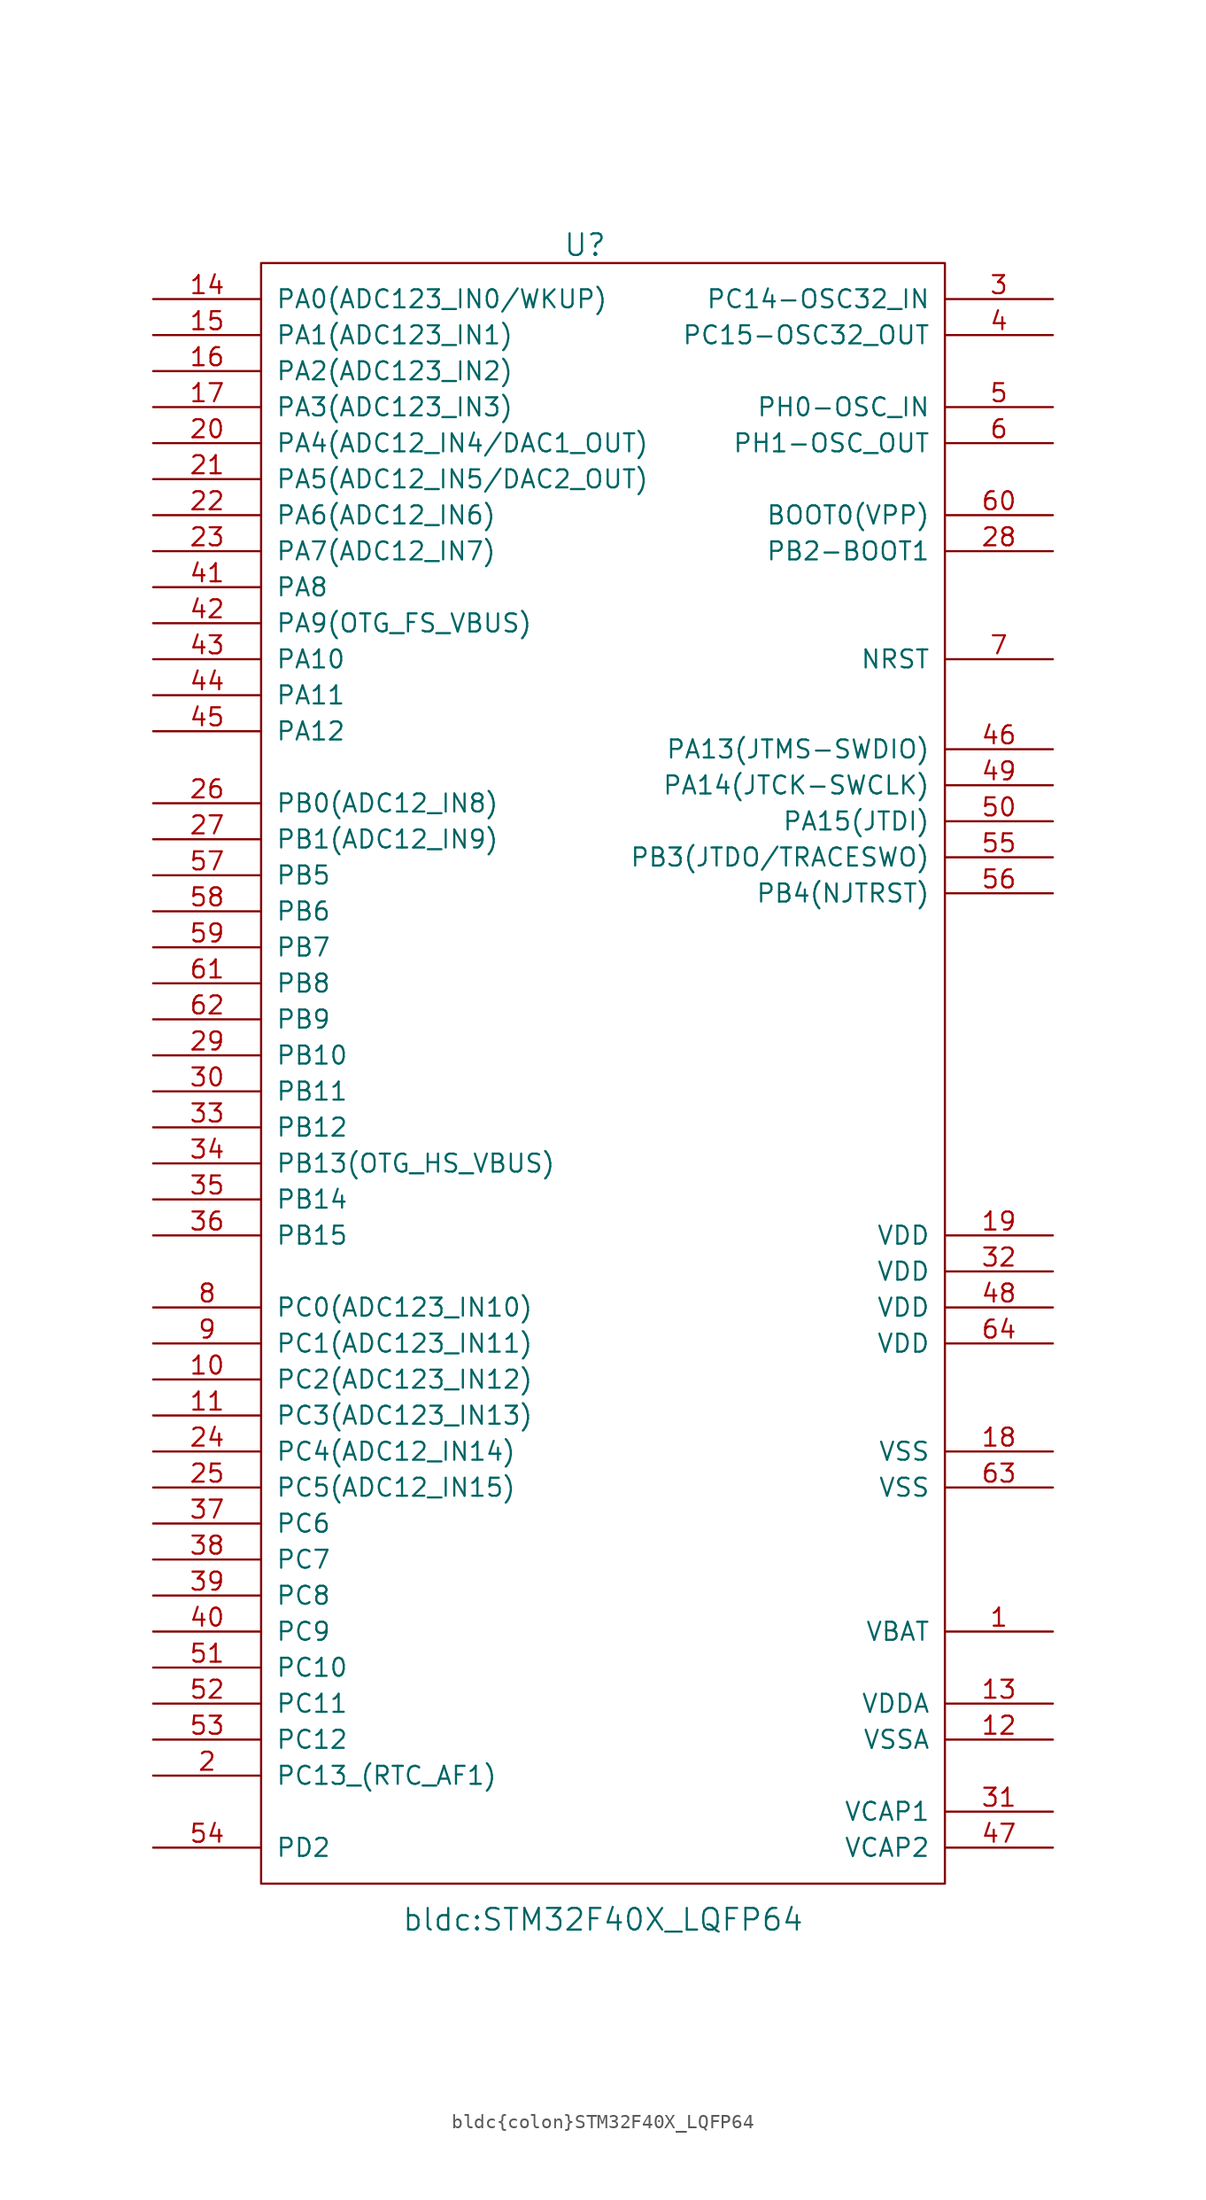
<source format=kicad_sym>
(kicad_symbol_lib
  (version 20231120)
  (generator "kicad_symbol_editor")
  (generator_version "8.0")
  (symbol "bldc{colon}STM32F40X_LQFP64"
    (pin_names
      (offset 1.016))
    (property "Reference" "U"
      (at -1.27 58.42 0)
      (effects (font (size 1.524 1.524))))
    (property "Value" "bldc:STM32F40X_LQFP64"
      (at 0 -59.69 0)
      (effects (font (size 1.524 1.524))))
    (property "Footprint" ""
      (at 0 0 0)
      (effects (font (size 1.524 1.524))))
    (property "Datasheet" ""
      (at 0 0 0)
      (effects (font (size 1.524 1.524))))
    (symbol "bldc{colon}STM32F40X_LQFP64_0_1"
      (rectangle (start -24.13 57.15) (end 24.13 -57.15) (stroke (width 0) (type solid)) (fill (type none))))
    (symbol "bldc{colon}STM32F40X_LQFP64_1_1"
      (pin power_in line (at 31.75 -39.37 180) (length 7.62) (name "VBAT" (effects (font (size 1.27 1.27)))) (number "1" (effects (font (size 1.27 1.27)))))
      (pin bidirectional line (at -31.75 -21.59 0) (length 7.62) (name "PC2(ADC123_IN12)" (effects (font (size 1.27 1.27)))) (number "10" (effects (font (size 1.27 1.27)))))
      (pin bidirectional line (at -31.75 -24.13 0) (length 7.62) (name "PC3(ADC123_IN13)" (effects (font (size 1.27 1.27)))) (number "11" (effects (font (size 1.27 1.27)))))
      (pin power_in line (at 31.75 -46.99 180) (length 7.62) (name "VSSA" (effects (font (size 1.27 1.27)))) (number "12" (effects (font (size 1.27 1.27)))))
      (pin power_in line (at 31.75 -44.45 180) (length 7.62) (name "VDDA" (effects (font (size 1.27 1.27)))) (number "13" (effects (font (size 1.27 1.27)))))
      (pin bidirectional line (at -31.75 54.61 0) (length 7.62) (name "PA0(ADC123_IN0/WKUP)" (effects (font (size 1.27 1.27)))) (number "14" (effects (font (size 1.27 1.27)))))
      (pin bidirectional line (at -31.75 52.07 0) (length 7.62) (name "PA1(ADC123_IN1)" (effects (font (size 1.27 1.27)))) (number "15" (effects (font (size 1.27 1.27)))))
      (pin bidirectional line (at -31.75 49.53 0) (length 7.62) (name "PA2(ADC123_IN2)" (effects (font (size 1.27 1.27)))) (number "16" (effects (font (size 1.27 1.27)))))
      (pin bidirectional line (at -31.75 46.99 0) (length 7.62) (name "PA3(ADC123_IN3)" (effects (font (size 1.27 1.27)))) (number "17" (effects (font (size 1.27 1.27)))))
      (pin power_in line (at 31.75 -26.67 180) (length 7.62) (name "VSS" (effects (font (size 1.27 1.27)))) (number "18" (effects (font (size 1.27 1.27)))))
      (pin power_in line (at 31.75 -11.43 180) (length 7.62) (name "VDD" (effects (font (size 1.27 1.27)))) (number "19" (effects (font (size 1.27 1.27)))))
      (pin bidirectional line (at -31.75 -49.53 0) (length 7.62) (name "PC13_(RTC_AF1)" (effects (font (size 1.27 1.27)))) (number "2" (effects (font (size 1.27 1.27)))))
      (pin bidirectional line (at -31.75 44.45 0) (length 7.62) (name "PA4(ADC12_IN4/DAC1_OUT)" (effects (font (size 1.27 1.27)))) (number "20" (effects (font (size 1.27 1.27)))))
      (pin bidirectional line (at -31.75 41.91 0) (length 7.62) (name "PA5(ADC12_IN5/DAC2_OUT)" (effects (font (size 1.27 1.27)))) (number "21" (effects (font (size 1.27 1.27)))))
      (pin bidirectional line (at -31.75 39.37 0) (length 7.62) (name "PA6(ADC12_IN6)" (effects (font (size 1.27 1.27)))) (number "22" (effects (font (size 1.27 1.27)))))
      (pin bidirectional line (at -31.75 36.83 0) (length 7.62) (name "PA7(ADC12_IN7)" (effects (font (size 1.27 1.27)))) (number "23" (effects (font (size 1.27 1.27)))))
      (pin bidirectional line (at -31.75 -26.67 0) (length 7.62) (name "PC4(ADC12_IN14)" (effects (font (size 1.27 1.27)))) (number "24" (effects (font (size 1.27 1.27)))))
      (pin bidirectional line (at -31.75 -29.21 0) (length 7.62) (name "PC5(ADC12_IN15)" (effects (font (size 1.27 1.27)))) (number "25" (effects (font (size 1.27 1.27)))))
      (pin bidirectional line (at -31.75 19.05 0) (length 7.62) (name "PB0(ADC12_IN8)" (effects (font (size 1.27 1.27)))) (number "26" (effects (font (size 1.27 1.27)))))
      (pin bidirectional line (at -31.75 16.51 0) (length 7.62) (name "PB1(ADC12_IN9)" (effects (font (size 1.27 1.27)))) (number "27" (effects (font (size 1.27 1.27)))))
      (pin bidirectional line (at 31.75 36.83 180) (length 7.62) (name "PB2-BOOT1" (effects (font (size 1.27 1.27)))) (number "28" (effects (font (size 1.27 1.27)))))
      (pin bidirectional line (at -31.75 1.27 0) (length 7.62) (name "PB10" (effects (font (size 1.27 1.27)))) (number "29" (effects (font (size 1.27 1.27)))))
      (pin bidirectional line (at 31.75 54.61 180) (length 7.62) (name "PC14-OSC32_IN" (effects (font (size 1.27 1.27)))) (number "3" (effects (font (size 1.27 1.27)))))
      (pin bidirectional line (at -31.75 -1.27 0) (length 7.62) (name "PB11" (effects (font (size 1.27 1.27)))) (number "30" (effects (font (size 1.27 1.27)))))
      (pin power_out line (at 31.75 -52.07 180) (length 7.62) (name "VCAP1" (effects (font (size 1.27 1.27)))) (number "31" (effects (font (size 1.27 1.27)))))
      (pin power_in line (at 31.75 -13.97 180) (length 7.62) (name "VDD" (effects (font (size 1.27 1.27)))) (number "32" (effects (font (size 1.27 1.27)))))
      (pin bidirectional line (at -31.75 -3.81 0) (length 7.62) (name "PB12" (effects (font (size 1.27 1.27)))) (number "33" (effects (font (size 1.27 1.27)))))
      (pin bidirectional line (at -31.75 -6.35 0) (length 7.62) (name "PB13(OTG_HS_VBUS)" (effects (font (size 1.27 1.27)))) (number "34" (effects (font (size 1.27 1.27)))))
      (pin bidirectional line (at -31.75 -8.89 0) (length 7.62) (name "PB14" (effects (font (size 1.27 1.27)))) (number "35" (effects (font (size 1.27 1.27)))))
      (pin bidirectional line (at -31.75 -11.43 0) (length 7.62) (name "PB15" (effects (font (size 1.27 1.27)))) (number "36" (effects (font (size 1.27 1.27)))))
      (pin bidirectional line (at -31.75 -31.75 0) (length 7.62) (name "PC6" (effects (font (size 1.27 1.27)))) (number "37" (effects (font (size 1.27 1.27)))))
      (pin bidirectional line (at -31.75 -34.29 0) (length 7.62) (name "PC7" (effects (font (size 1.27 1.27)))) (number "38" (effects (font (size 1.27 1.27)))))
      (pin bidirectional line (at -31.75 -36.83 0) (length 7.62) (name "PC8" (effects (font (size 1.27 1.27)))) (number "39" (effects (font (size 1.27 1.27)))))
      (pin power_in line (at 31.75 52.07 180) (length 7.62) (name "PC15-OSC32_OUT" (effects (font (size 1.27 1.27)))) (number "4" (effects (font (size 1.27 1.27)))))
      (pin bidirectional line (at -31.75 -39.37 0) (length 7.62) (name "PC9" (effects (font (size 1.27 1.27)))) (number "40" (effects (font (size 1.27 1.27)))))
      (pin bidirectional line (at -31.75 34.29 0) (length 7.62) (name "PA8" (effects (font (size 1.27 1.27)))) (number "41" (effects (font (size 1.27 1.27)))))
      (pin bidirectional line (at -31.75 31.75 0) (length 7.62) (name "PA9(OTG_FS_VBUS)" (effects (font (size 1.27 1.27)))) (number "42" (effects (font (size 1.27 1.27)))))
      (pin bidirectional line (at -31.75 29.21 0) (length 7.62) (name "PA10" (effects (font (size 1.27 1.27)))) (number "43" (effects (font (size 1.27 1.27)))))
      (pin bidirectional line (at -31.75 26.67 0) (length 7.62) (name "PA11" (effects (font (size 1.27 1.27)))) (number "44" (effects (font (size 1.27 1.27)))))
      (pin bidirectional line (at -31.75 24.13 0) (length 7.62) (name "PA12" (effects (font (size 1.27 1.27)))) (number "45" (effects (font (size 1.27 1.27)))))
      (pin bidirectional line (at 31.75 22.86 180) (length 7.62) (name "PA13(JTMS-SWDIO)" (effects (font (size 1.27 1.27)))) (number "46" (effects (font (size 1.27 1.27)))))
      (pin power_out line (at 31.75 -54.61 180) (length 7.62) (name "VCAP2" (effects (font (size 1.27 1.27)))) (number "47" (effects (font (size 1.27 1.27)))))
      (pin power_in line (at 31.75 -16.51 180) (length 7.62) (name "VDD" (effects (font (size 1.27 1.27)))) (number "48" (effects (font (size 1.27 1.27)))))
      (pin bidirectional line (at 31.75 20.32 180) (length 7.62) (name "PA14(JTCK-SWCLK)" (effects (font (size 1.27 1.27)))) (number "49" (effects (font (size 1.27 1.27)))))
      (pin bidirectional line (at 31.75 46.99 180) (length 7.62) (name "PH0-OSC_IN" (effects (font (size 1.27 1.27)))) (number "5" (effects (font (size 1.27 1.27)))))
      (pin bidirectional line (at 31.75 17.78 180) (length 7.62) (name "PA15(JTDI)" (effects (font (size 1.27 1.27)))) (number "50" (effects (font (size 1.27 1.27)))))
      (pin bidirectional line (at -31.75 -41.91 0) (length 7.62) (name "PC10" (effects (font (size 1.27 1.27)))) (number "51" (effects (font (size 1.27 1.27)))))
      (pin bidirectional line (at -31.75 -44.45 0) (length 7.62) (name "PC11" (effects (font (size 1.27 1.27)))) (number "52" (effects (font (size 1.27 1.27)))))
      (pin bidirectional line (at -31.75 -46.99 0) (length 7.62) (name "PC12" (effects (font (size 1.27 1.27)))) (number "53" (effects (font (size 1.27 1.27)))))
      (pin bidirectional line (at -31.75 -54.61 0) (length 7.62) (name "PD2" (effects (font (size 1.27 1.27)))) (number "54" (effects (font (size 1.27 1.27)))))
      (pin bidirectional line (at 31.75 15.24 180) (length 7.62) (name "PB3(JTDO/TRACESWO)" (effects (font (size 1.27 1.27)))) (number "55" (effects (font (size 1.27 1.27)))))
      (pin bidirectional line (at 31.75 12.7 180) (length 7.62) (name "PB4(NJTRST)" (effects (font (size 1.27 1.27)))) (number "56" (effects (font (size 1.27 1.27)))))
      (pin bidirectional line (at -31.75 13.97 0) (length 7.62) (name "PB5" (effects (font (size 1.27 1.27)))) (number "57" (effects (font (size 1.27 1.27)))))
      (pin bidirectional line (at -31.75 11.43 0) (length 7.62) (name "PB6" (effects (font (size 1.27 1.27)))) (number "58" (effects (font (size 1.27 1.27)))))
      (pin bidirectional line (at -31.75 8.89 0) (length 7.62) (name "PB7" (effects (font (size 1.27 1.27)))) (number "59" (effects (font (size 1.27 1.27)))))
      (pin bidirectional line (at 31.75 44.45 180) (length 7.62) (name "PH1-OSC_OUT" (effects (font (size 1.27 1.27)))) (number "6" (effects (font (size 1.27 1.27)))))
      (pin input line (at 31.75 39.37 180) (length 7.62) (name "BOOT0(VPP)" (effects (font (size 1.27 1.27)))) (number "60" (effects (font (size 1.27 1.27)))))
      (pin bidirectional line (at -31.75 6.35 0) (length 7.62) (name "PB8" (effects (font (size 1.27 1.27)))) (number "61" (effects (font (size 1.27 1.27)))))
      (pin bidirectional line (at -31.75 3.81 0) (length 7.62) (name "PB9" (effects (font (size 1.27 1.27)))) (number "62" (effects (font (size 1.27 1.27)))))
      (pin power_in line (at 31.75 -29.21 180) (length 7.62) (name "VSS" (effects (font (size 1.27 1.27)))) (number "63" (effects (font (size 1.27 1.27)))))
      (pin power_in line (at 31.75 -19.05 180) (length 7.62) (name "VDD" (effects (font (size 1.27 1.27)))) (number "64" (effects (font (size 1.27 1.27)))))
      (pin bidirectional line (at 31.75 29.21 180) (length 7.62) (name "NRST" (effects (font (size 1.27 1.27)))) (number "7" (effects (font (size 1.27 1.27)))))
      (pin bidirectional line (at -31.75 -16.51 0) (length 7.62) (name "PC0(ADC123_IN10)" (effects (font (size 1.27 1.27)))) (number "8" (effects (font (size 1.27 1.27)))))
      (pin bidirectional line (at -31.75 -19.05 0) (length 7.62) (name "PC1(ADC123_IN11)" (effects (font (size 1.27 1.27)))) (number "9" (effects (font (size 1.27 1.27))))))))
</source>
